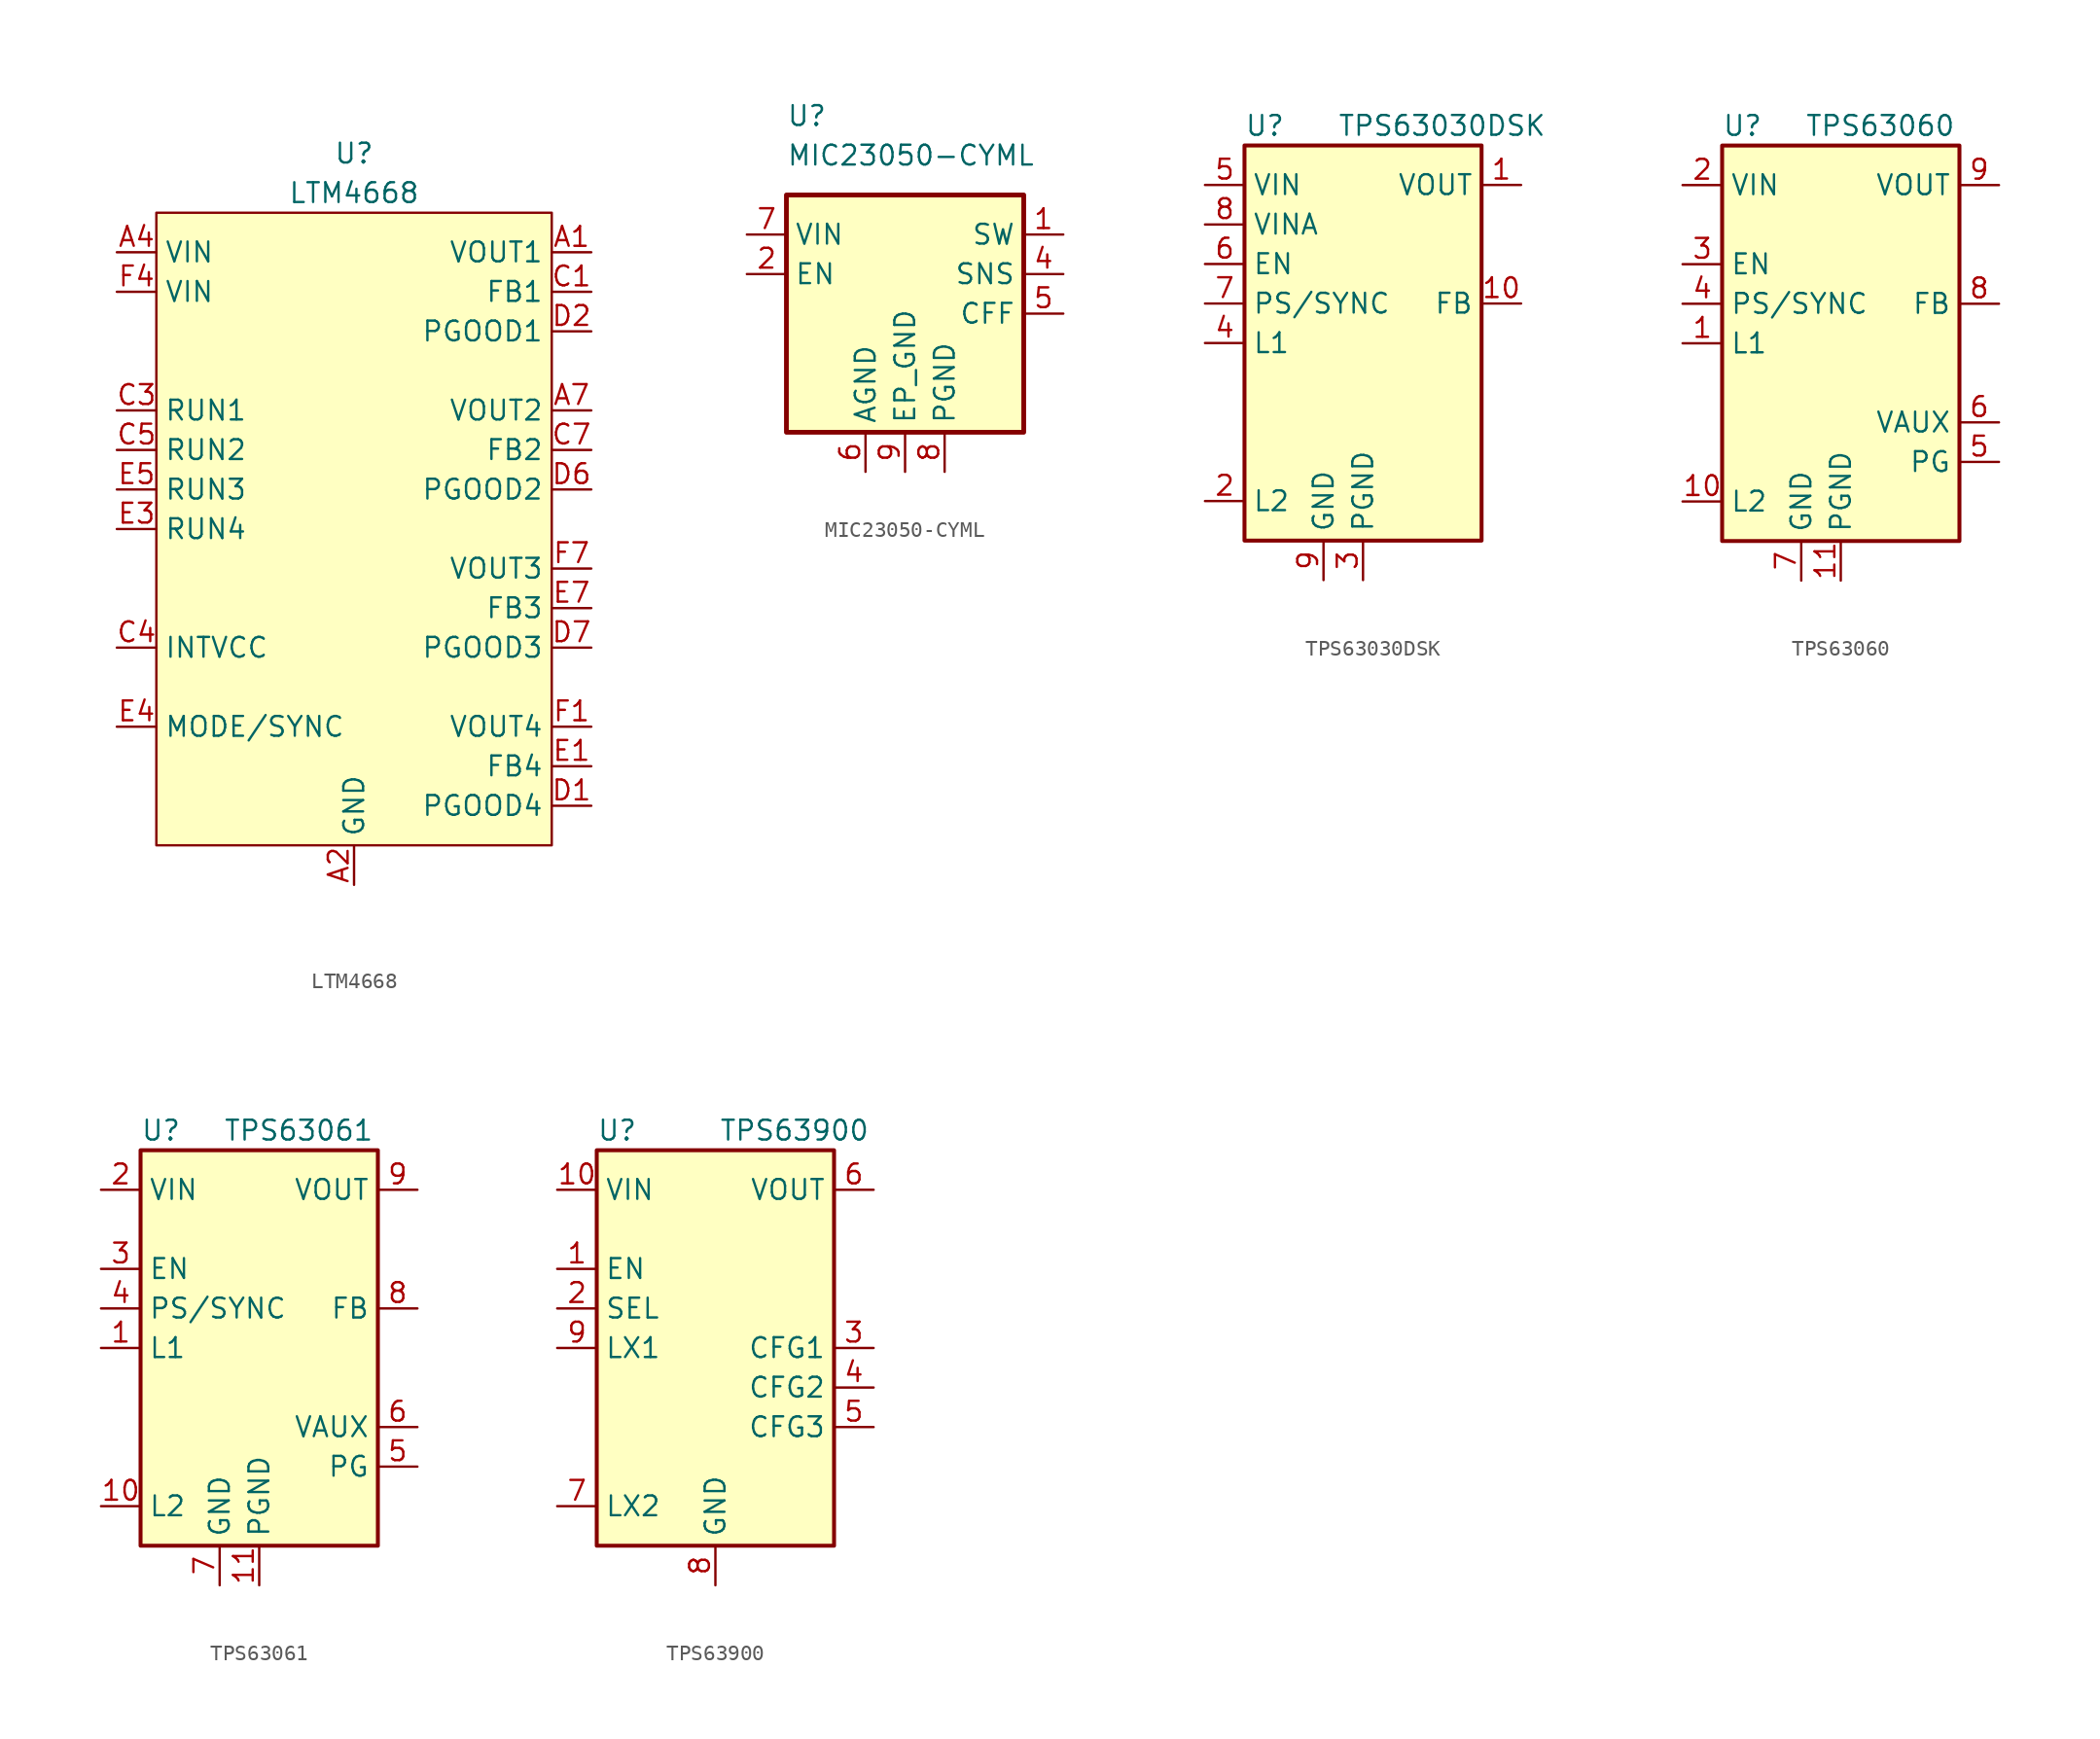
<source format=kicad_sym>
(kicad_symbol_lib
  (version 20211014)
  (generator kicad_symbol_editor)
  (symbol "LTM4668"
    (property "Reference" "U"
      (at 0 24.13 0)
      (effects (font (size 1.27 1.27))))
    (property "Value" "LTM4668"
      (at 0 21.59 0)
      (effects (font (size 1.27 1.27))))
    (symbol "LTM4668_1_1"
      (rectangle (start -12.7 20.32) (end 12.7 -20.32) (stroke (width 0) (type default) (color 0 0 0 0)) (fill (type background)))
      (pin power_out line (at 15.24 17.78 180) (length 2.54) (name "VOUT1" (effects (font (size 1.27 1.27)))) (number "A1" (effects (font (size 1.27 1.27)))))
      (pin power_in line (at 0 -22.86 90) (length 2.54) (name "GND" (effects (font (size 1.27 1.27)))) (number "A2" (effects (font (size 1.27 1.27)))))
      (pin passive line (at 0 -22.86 90) (length 2.54) hide (name "GND" (effects (font (size 1.27 1.27)))) (number "A3" (effects (font (size 1.27 1.27)))))
      (pin power_in line (at -15.24 17.78 0) (length 2.54) (name "VIN" (effects (font (size 1.27 1.27)))) (number "A4" (effects (font (size 1.27 1.27)))))
      (pin passive line (at 0 -22.86 90) (length 2.54) hide (name "GND" (effects (font (size 1.27 1.27)))) (number "A5" (effects (font (size 1.27 1.27)))))
      (pin passive line (at 0 -22.86 90) (length 2.54) hide (name "GND" (effects (font (size 1.27 1.27)))) (number "A6" (effects (font (size 1.27 1.27)))))
      (pin power_out line (at 15.24 7.62 180) (length 2.54) (name "VOUT2" (effects (font (size 1.27 1.27)))) (number "A7" (effects (font (size 1.27 1.27)))))
      (pin passive line (at 15.24 17.78 180) (length 2.54) hide (name "VOUT1" (effects (font (size 1.27 1.27)))) (number "B1" (effects (font (size 1.27 1.27)))))
      (pin passive line (at 0 -22.86 90) (length 2.54) hide (name "GND" (effects (font (size 1.27 1.27)))) (number "B2" (effects (font (size 1.27 1.27)))))
      (pin passive line (at 0 -22.86 90) (length 2.54) hide (name "GND" (effects (font (size 1.27 1.27)))) (number "B3" (effects (font (size 1.27 1.27)))))
      (pin passive line (at -15.24 17.78 0) (length 2.54) hide (name "VIN" (effects (font (size 1.27 1.27)))) (number "B4" (effects (font (size 1.27 1.27)))))
      (pin passive line (at 0 -22.86 90) (length 2.54) hide (name "GND" (effects (font (size 1.27 1.27)))) (number "B5" (effects (font (size 1.27 1.27)))))
      (pin passive line (at 0 -22.86 90) (length 2.54) hide (name "GND" (effects (font (size 1.27 1.27)))) (number "B6" (effects (font (size 1.27 1.27)))))
      (pin passive line (at 15.24 7.62 180) (length 2.54) hide (name "VOUT2" (effects (font (size 1.27 1.27)))) (number "B7" (effects (font (size 1.27 1.27)))))
      (pin output line (at 15.24 15.24 180) (length 2.54) (name "FB1" (effects (font (size 1.27 1.27)))) (number "C1" (effects (font (size 1.27 1.27)))))
      (pin passive line (at 0 -22.86 90) (length 2.54) hide (name "GND" (effects (font (size 1.27 1.27)))) (number "C2" (effects (font (size 1.27 1.27)))))
      (pin input line (at -15.24 7.62 0) (length 2.54) (name "RUN1" (effects (font (size 1.27 1.27)))) (number "C3" (effects (font (size 1.27 1.27)))))
      (pin output line (at -15.24 -7.62 0) (length 2.54) (name "INTVCC" (effects (font (size 1.27 1.27)))) (number "C4" (effects (font (size 1.27 1.27)))))
      (pin input line (at -15.24 5.08 0) (length 2.54) (name "RUN2" (effects (font (size 1.27 1.27)))) (number "C5" (effects (font (size 1.27 1.27)))))
      (pin passive line (at 0 -22.86 90) (length 2.54) hide (name "GND" (effects (font (size 1.27 1.27)))) (number "C6" (effects (font (size 1.27 1.27)))))
      (pin output line (at 15.24 5.08 180) (length 2.54) (name "FB2" (effects (font (size 1.27 1.27)))) (number "C7" (effects (font (size 1.27 1.27)))))
      (pin open_collector line (at 15.24 -17.78 180) (length 2.54) (name "PGOOD4" (effects (font (size 1.27 1.27)))) (number "D1" (effects (font (size 1.27 1.27)))))
      (pin open_collector line (at 15.24 12.7 180) (length 2.54) (name "PGOOD1" (effects (font (size 1.27 1.27)))) (number "D2" (effects (font (size 1.27 1.27)))))
      (pin passive line (at 0 -22.86 90) (length 2.54) hide (name "GND" (effects (font (size 1.27 1.27)))) (number "D3" (effects (font (size 1.27 1.27)))))
      (pin passive line (at 0 -22.86 90) (length 2.54) hide (name "GND" (effects (font (size 1.27 1.27)))) (number "D4" (effects (font (size 1.27 1.27)))))
      (pin passive line (at 0 -22.86 90) (length 2.54) hide (name "GND" (effects (font (size 1.27 1.27)))) (number "D5" (effects (font (size 1.27 1.27)))))
      (pin open_collector line (at 15.24 2.54 180) (length 2.54) (name "PGOOD2" (effects (font (size 1.27 1.27)))) (number "D6" (effects (font (size 1.27 1.27)))))
      (pin open_collector line (at 15.24 -7.62 180) (length 2.54) (name "PGOOD3" (effects (font (size 1.27 1.27)))) (number "D7" (effects (font (size 1.27 1.27)))))
      (pin output line (at 15.24 -15.24 180) (length 2.54) (name "FB4" (effects (font (size 1.27 1.27)))) (number "E1" (effects (font (size 1.27 1.27)))))
      (pin passive line (at 0 -22.86 90) (length 2.54) hide (name "GND" (effects (font (size 1.27 1.27)))) (number "E2" (effects (font (size 1.27 1.27)))))
      (pin input line (at -15.24 0 0) (length 2.54) (name "RUN4" (effects (font (size 1.27 1.27)))) (number "E3" (effects (font (size 1.27 1.27)))))
      (pin input line (at -15.24 -12.7 0) (length 2.54) (name "MODE/SYNC" (effects (font (size 1.27 1.27)))) (number "E4" (effects (font (size 1.27 1.27)))))
      (pin input line (at -15.24 2.54 0) (length 2.54) (name "RUN3" (effects (font (size 1.27 1.27)))) (number "E5" (effects (font (size 1.27 1.27)))))
      (pin passive line (at 0 -22.86 90) (length 2.54) hide (name "GND" (effects (font (size 1.27 1.27)))) (number "E6" (effects (font (size 1.27 1.27)))))
      (pin output line (at 15.24 -5.08 180) (length 2.54) (name "FB3" (effects (font (size 1.27 1.27)))) (number "E7" (effects (font (size 1.27 1.27)))))
      (pin power_out line (at 15.24 -12.7 180) (length 2.54) (name "VOUT4" (effects (font (size 1.27 1.27)))) (number "F1" (effects (font (size 1.27 1.27)))))
      (pin passive line (at 0 -22.86 90) (length 2.54) hide (name "GND" (effects (font (size 1.27 1.27)))) (number "F2" (effects (font (size 1.27 1.27)))))
      (pin passive line (at 0 -22.86 90) (length 2.54) hide (name "GND" (effects (font (size 1.27 1.27)))) (number "F3" (effects (font (size 1.27 1.27)))))
      (pin power_in line (at -15.24 15.24 0) (length 2.54) (name "VIN" (effects (font (size 1.27 1.27)))) (number "F4" (effects (font (size 1.27 1.27)))))
      (pin passive line (at 0 -22.86 90) (length 2.54) hide (name "GND" (effects (font (size 1.27 1.27)))) (number "F5" (effects (font (size 1.27 1.27)))))
      (pin passive line (at 0 -22.86 90) (length 2.54) hide (name "GND" (effects (font (size 1.27 1.27)))) (number "F6" (effects (font (size 1.27 1.27)))))
      (pin power_out line (at 15.24 -2.54 180) (length 2.54) (name "VOUT3" (effects (font (size 1.27 1.27)))) (number "F7" (effects (font (size 1.27 1.27)))))
      (pin passive line (at 15.24 -12.7 180) (length 2.54) hide (name "VOUT4" (effects (font (size 1.27 1.27)))) (number "G1" (effects (font (size 1.27 1.27)))))
      (pin passive line (at 0 -22.86 90) (length 2.54) hide (name "GND" (effects (font (size 1.27 1.27)))) (number "G2" (effects (font (size 1.27 1.27)))))
      (pin passive line (at 0 -22.86 90) (length 2.54) hide (name "GND" (effects (font (size 1.27 1.27)))) (number "G3" (effects (font (size 1.27 1.27)))))
      (pin passive line (at -15.24 15.24 0) (length 2.54) hide (name "VIN" (effects (font (size 1.27 1.27)))) (number "G4" (effects (font (size 1.27 1.27)))))
      (pin passive line (at 0 -22.86 90) (length 2.54) hide (name "GND" (effects (font (size 1.27 1.27)))) (number "G5" (effects (font (size 1.27 1.27)))))
      (pin passive line (at 0 -22.86 90) (length 2.54) hide (name "GND" (effects (font (size 1.27 1.27)))) (number "G6" (effects (font (size 1.27 1.27)))))
      (pin passive line (at 15.24 -2.54 180) (length 2.54) hide (name "VOUT3" (effects (font (size 1.27 1.27)))) (number "G7" (effects (font (size 1.27 1.27)))))))
  (symbol "MIC23050-CYML"
    (property "Reference" "U"
      (at -7.62 12.7 0)
      (effects (font (size 1.27 1.27)) (justify left)))
    (property "Value" "MIC23050-CYML"
      (at -7.62 10.16 0)
      (effects (font (size 1.27 1.27)) (justify left)))
    (symbol "MIC23050-CYML_0_0"
      (pin power_in line (at 0 -10.16 90) (length 2.54) (name "EP_GND" (effects (font (size 1.27 1.27)))) (number "9" (effects (font (size 1.27 1.27))))))
    (symbol "MIC23050-CYML_1_1"
      (rectangle (start -7.62 7.62) (end 7.62 -7.62) (stroke (width 0.305) (type default) (color 0 0 0 0)) (fill (type background)))
      (pin output line (at 10.16 5.08 180) (length 2.54) (name "SW" (effects (font (size 1.27 1.27)))) (number "1" (effects (font (size 1.27 1.27)))))
      (pin input line (at -10.16 2.54 0) (length 2.54) (name "EN" (effects (font (size 1.27 1.27)))) (number "2" (effects (font (size 1.27 1.27)))))
      (pin no_connect line (at -7.62 0 0) (length 2.54) hide (name "NC" (effects (font (size 1.27 1.27)))) (number "3" (effects (font (size 1.27 1.27)))))
      (pin input line (at 10.16 2.54 180) (length 2.54) (name "SNS" (effects (font (size 1.27 1.27)))) (number "4" (effects (font (size 1.27 1.27)))))
      (pin output line (at 10.16 0 180) (length 2.54) (name "CFF" (effects (font (size 1.27 1.27)))) (number "5" (effects (font (size 1.27 1.27)))))
      (pin power_in line (at -2.54 -10.16 90) (length 2.54) (name "AGND" (effects (font (size 1.27 1.27)))) (number "6" (effects (font (size 1.27 1.27)))))
      (pin power_in line (at -10.16 5.08 0) (length 2.54) (name "VIN" (effects (font (size 1.27 1.27)))) (number "7" (effects (font (size 1.27 1.27)))))
      (pin power_in line (at 2.54 -10.16 90) (length 2.54) (name "PGND" (effects (font (size 1.27 1.27)))) (number "8" (effects (font (size 1.27 1.27)))))))
  (symbol "TPS63030DSK"
    (property "Reference" "U"
      (at -7.62 13.97 0)
      (effects (font (size 1.27 1.27)) (justify left)))
    (property "Value" "TPS63030DSK"
      (at 5.08 13.97 0)
      (effects (font (size 1.27 1.27))))
    (symbol "TPS63030DSK_0_1"
      (rectangle (start -7.62 12.7) (end 7.62 -12.7) (stroke (width 0.254) (type default) (color 0 0 0 0)) (fill (type background))))
    (symbol "TPS63030DSK_1_1"
      (pin power_out line (at 10.16 10.16 180) (length 2.54) (name "VOUT" (effects (font (size 1.27 1.27)))) (number "1" (effects (font (size 1.27 1.27)))))
      (pin input line (at 10.16 2.54 180) (length 2.54) (name "FB" (effects (font (size 1.27 1.27)))) (number "10" (effects (font (size 1.27 1.27)))))
      (pin passive line (at 0 -15.24 90) (length 2.54) hide (name "PGND" (effects (font (size 1.27 1.27)))) (number "11" (effects (font (size 1.27 1.27)))))
      (pin input line (at -10.16 -10.16 0) (length 2.54) (name "L2" (effects (font (size 1.27 1.27)))) (number "2" (effects (font (size 1.27 1.27)))))
      (pin power_in line (at 0 -15.24 90) (length 2.54) (name "PGND" (effects (font (size 1.27 1.27)))) (number "3" (effects (font (size 1.27 1.27)))))
      (pin input line (at -10.16 0 0) (length 2.54) (name "L1" (effects (font (size 1.27 1.27)))) (number "4" (effects (font (size 1.27 1.27)))))
      (pin power_in line (at -10.16 10.16 0) (length 2.54) (name "VIN" (effects (font (size 1.27 1.27)))) (number "5" (effects (font (size 1.27 1.27)))))
      (pin input line (at -10.16 5.08 0) (length 2.54) (name "EN" (effects (font (size 1.27 1.27)))) (number "6" (effects (font (size 1.27 1.27)))))
      (pin input line (at -10.16 2.54 0) (length 2.54) (name "PS/SYNC" (effects (font (size 1.27 1.27)))) (number "7" (effects (font (size 1.27 1.27)))))
      (pin passive line (at -10.16 7.62 0) (length 2.54) (name "VINA" (effects (font (size 1.27 1.27)))) (number "8" (effects (font (size 1.27 1.27)))))
      (pin power_in line (at -2.54 -15.24 90) (length 2.54) (name "GND" (effects (font (size 1.27 1.27)))) (number "9" (effects (font (size 1.27 1.27)))))))
  (symbol "TPS63060"
    (property "Reference" "U"
      (at -7.62 13.97 0)
      (effects (font (size 1.27 1.27)) (justify left)))
    (property "Value" "TPS63060"
      (at 2.54 13.97 0)
      (effects (font (size 1.27 1.27))))
    (symbol "TPS63060_0_1"
      (rectangle (start -7.62 12.7) (end 7.62 -12.7) (stroke (width 0.254) (type default) (color 0 0 0 0)) (fill (type background))))
    (symbol "TPS63060_1_1"
      (pin input line (at -10.16 0 0) (length 2.54) (name "L1" (effects (font (size 1.27 1.27)))) (number "1" (effects (font (size 1.27 1.27)))))
      (pin input line (at -10.16 -10.16 0) (length 2.54) (name "L2" (effects (font (size 1.27 1.27)))) (number "10" (effects (font (size 1.27 1.27)))))
      (pin power_in line (at 0 -15.24 90) (length 2.54) (name "PGND" (effects (font (size 1.27 1.27)))) (number "11" (effects (font (size 1.27 1.27)))))
      (pin power_in line (at -10.16 10.16 0) (length 2.54) (name "VIN" (effects (font (size 1.27 1.27)))) (number "2" (effects (font (size 1.27 1.27)))))
      (pin input line (at -10.16 5.08 0) (length 2.54) (name "EN" (effects (font (size 1.27 1.27)))) (number "3" (effects (font (size 1.27 1.27)))))
      (pin input line (at -10.16 2.54 0) (length 2.54) (name "PS/SYNC" (effects (font (size 1.27 1.27)))) (number "4" (effects (font (size 1.27 1.27)))))
      (pin output line (at 10.16 -7.62 180) (length 2.54) (name "PG" (effects (font (size 1.27 1.27)))) (number "5" (effects (font (size 1.27 1.27)))))
      (pin passive line (at 10.16 -5.08 180) (length 2.54) (name "VAUX" (effects (font (size 1.27 1.27)))) (number "6" (effects (font (size 1.27 1.27)))))
      (pin power_in line (at -2.54 -15.24 90) (length 2.54) (name "GND" (effects (font (size 1.27 1.27)))) (number "7" (effects (font (size 1.27 1.27)))))
      (pin input line (at 10.16 2.54 180) (length 2.54) (name "FB" (effects (font (size 1.27 1.27)))) (number "8" (effects (font (size 1.27 1.27)))))
      (pin power_out line (at 10.16 10.16 180) (length 2.54) (name "VOUT" (effects (font (size 1.27 1.27)))) (number "9" (effects (font (size 1.27 1.27)))))))
  (symbol "TPS63061"
    (property "Reference" "U"
      (at -7.62 13.97 0)
      (effects (font (size 1.27 1.27)) (justify left)))
    (property "Value" "TPS63061"
      (at 2.54 13.97 0)
      (effects (font (size 1.27 1.27))))
    (symbol "TPS63061_0_1"
      (rectangle (start -7.62 12.7) (end 7.62 -12.7) (stroke (width 0.254) (type default) (color 0 0 0 0)) (fill (type background))))
    (symbol "TPS63061_1_1"
      (pin input line (at -10.16 0 0) (length 2.54) (name "L1" (effects (font (size 1.27 1.27)))) (number "1" (effects (font (size 1.27 1.27)))))
      (pin input line (at -10.16 -10.16 0) (length 2.54) (name "L2" (effects (font (size 1.27 1.27)))) (number "10" (effects (font (size 1.27 1.27)))))
      (pin power_in line (at 0 -15.24 90) (length 2.54) (name "PGND" (effects (font (size 1.27 1.27)))) (number "11" (effects (font (size 1.27 1.27)))))
      (pin power_in line (at -10.16 10.16 0) (length 2.54) (name "VIN" (effects (font (size 1.27 1.27)))) (number "2" (effects (font (size 1.27 1.27)))))
      (pin input line (at -10.16 5.08 0) (length 2.54) (name "EN" (effects (font (size 1.27 1.27)))) (number "3" (effects (font (size 1.27 1.27)))))
      (pin input line (at -10.16 2.54 0) (length 2.54) (name "PS/SYNC" (effects (font (size 1.27 1.27)))) (number "4" (effects (font (size 1.27 1.27)))))
      (pin output line (at 10.16 -7.62 180) (length 2.54) (name "PG" (effects (font (size 1.27 1.27)))) (number "5" (effects (font (size 1.27 1.27)))))
      (pin passive line (at 10.16 -5.08 180) (length 2.54) (name "VAUX" (effects (font (size 1.27 1.27)))) (number "6" (effects (font (size 1.27 1.27)))))
      (pin power_in line (at -2.54 -15.24 90) (length 2.54) (name "GND" (effects (font (size 1.27 1.27)))) (number "7" (effects (font (size 1.27 1.27)))))
      (pin input line (at 10.16 2.54 180) (length 2.54) (name "FB" (effects (font (size 1.27 1.27)))) (number "8" (effects (font (size 1.27 1.27)))))
      (pin power_out line (at 10.16 10.16 180) (length 2.54) (name "VOUT" (effects (font (size 1.27 1.27)))) (number "9" (effects (font (size 1.27 1.27)))))))
  (symbol "TPS63900"
    (property "Reference" "U"
      (at -7.62 13.97 0)
      (effects (font (size 1.27 1.27)) (justify left)))
    (property "Value" "TPS63900"
      (at 5.08 13.97 0)
      (effects (font (size 1.27 1.27))))
    (symbol "TPS63900_0_1"
      (rectangle (start -7.62 12.7) (end 7.62 -12.7) (stroke (width 0.254) (type default) (color 0 0 0 0)) (fill (type background))))
    (symbol "TPS63900_1_1"
      (pin input line (at -10.16 5.08 0) (length 2.54) (name "EN" (effects (font (size 1.27 1.27)))) (number "1" (effects (font (size 1.27 1.27)))))
      (pin power_in line (at -10.16 10.16 0) (length 2.54) (name "VIN" (effects (font (size 1.27 1.27)))) (number "10" (effects (font (size 1.27 1.27)))))
      (pin passive line (at 0 -15.24 90) (length 2.54) hide (name "GND" (effects (font (size 1.27 1.27)))) (number "11" (effects (font (size 1.27 1.27)))))
      (pin input line (at -10.16 2.54 0) (length 2.54) (name "SEL" (effects (font (size 1.27 1.27)))) (number "2" (effects (font (size 1.27 1.27)))))
      (pin input line (at 10.16 0 180) (length 2.54) (name "CFG1" (effects (font (size 1.27 1.27)))) (number "3" (effects (font (size 1.27 1.27)))))
      (pin input line (at 10.16 -2.54 180) (length 2.54) (name "CFG2" (effects (font (size 1.27 1.27)))) (number "4" (effects (font (size 1.27 1.27)))))
      (pin input line (at 10.16 -5.08 180) (length 2.54) (name "CFG3" (effects (font (size 1.27 1.27)))) (number "5" (effects (font (size 1.27 1.27)))))
      (pin power_out line (at 10.16 10.16 180) (length 2.54) (name "VOUT" (effects (font (size 1.27 1.27)))) (number "6" (effects (font (size 1.27 1.27)))))
      (pin input line (at -10.16 -10.16 0) (length 2.54) (name "LX2" (effects (font (size 1.27 1.27)))) (number "7" (effects (font (size 1.27 1.27)))))
      (pin power_in line (at 0 -15.24 90) (length 2.54) (name "GND" (effects (font (size 1.27 1.27)))) (number "8" (effects (font (size 1.27 1.27)))))
      (pin input line (at -10.16 0 0) (length 2.54) (name "LX1" (effects (font (size 1.27 1.27)))) (number "9" (effects (font (size 1.27 1.27))))))))
</source>
